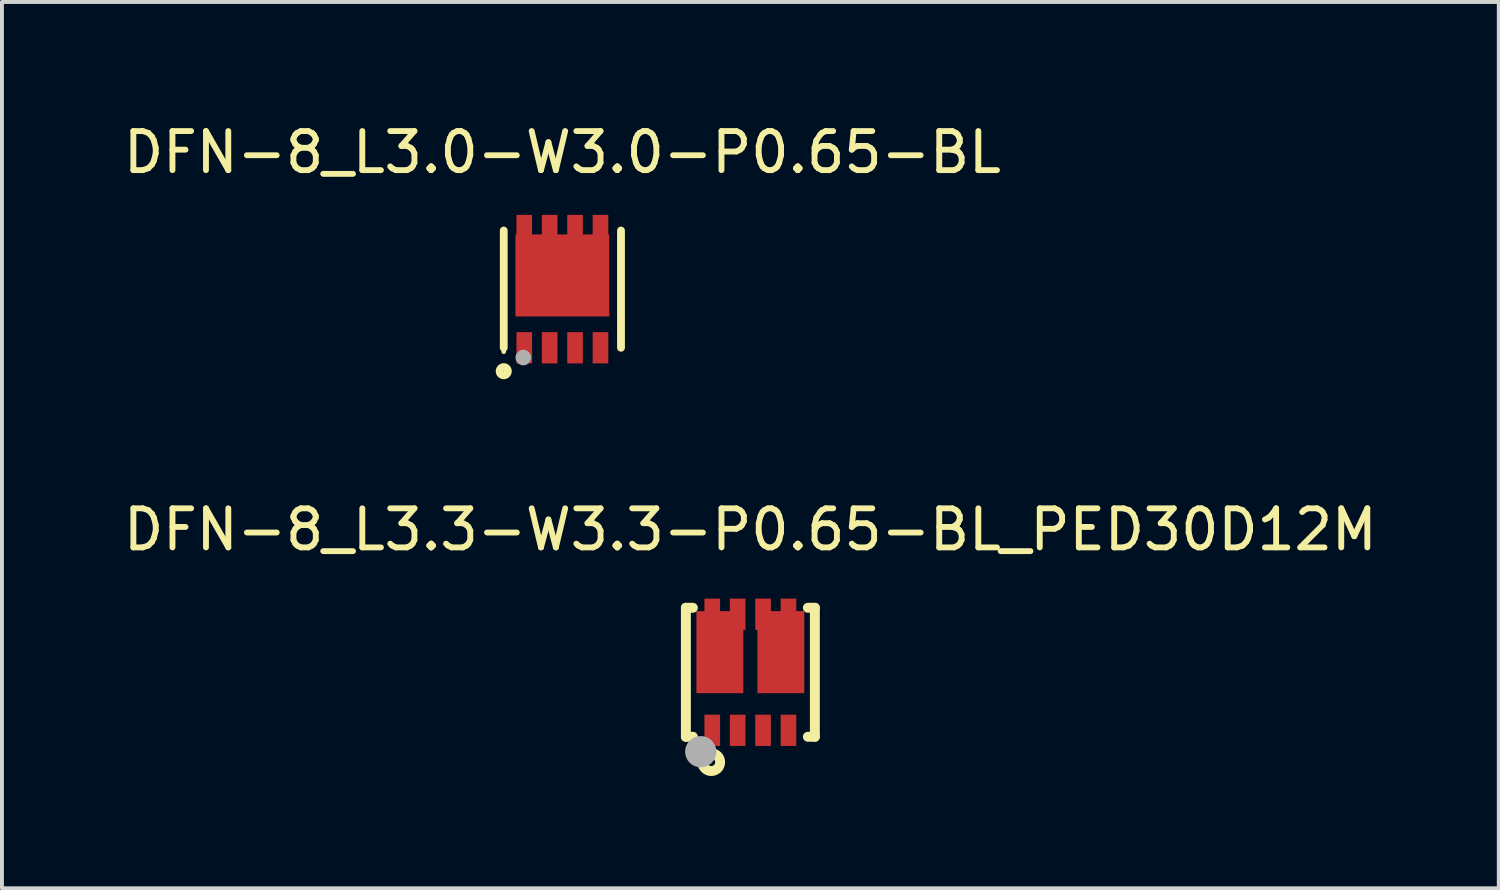
<source format=kicad_pcb>
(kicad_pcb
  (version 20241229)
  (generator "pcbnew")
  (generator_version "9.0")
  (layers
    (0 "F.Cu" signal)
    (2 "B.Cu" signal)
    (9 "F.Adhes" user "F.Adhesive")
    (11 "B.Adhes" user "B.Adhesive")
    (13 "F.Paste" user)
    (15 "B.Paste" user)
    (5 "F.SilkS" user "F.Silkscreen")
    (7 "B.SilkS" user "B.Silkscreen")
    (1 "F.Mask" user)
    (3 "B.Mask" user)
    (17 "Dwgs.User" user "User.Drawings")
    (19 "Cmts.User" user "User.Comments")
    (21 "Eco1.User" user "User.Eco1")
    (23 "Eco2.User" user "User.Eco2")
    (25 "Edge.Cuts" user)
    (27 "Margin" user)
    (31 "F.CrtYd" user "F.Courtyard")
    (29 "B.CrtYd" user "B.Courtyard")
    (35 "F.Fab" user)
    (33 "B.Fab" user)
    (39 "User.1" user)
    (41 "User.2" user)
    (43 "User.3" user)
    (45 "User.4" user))
  (footprint "DFN-8_L3.3-W3.3-P0.65-BL_PED30D12M"
    (layer "F.Cu")
    (at 16.149 14.151)
    (property "Reference" "DFN-8_L3.3-W3.3-P0.65-BL_PED30D12M" (at -0.000127 -3.65 0) (layer "F.SilkS") (effects (font (size 1 1) (thickness 0.15))))
    (attr through_hole)
    (fp_line (start -1.65 -1.65) (end -1.471 -1.65) (stroke (width 0.254) (type solid)) (layer "F.SilkS"))
    (fp_line (start -1.65 1.65) (end -1.65 -1.65) (stroke (width 0.254) (type solid)) (layer "F.SilkS"))
    (fp_line (start -1.65 1.65) (end -1.471 1.65) (stroke (width 0.254) (type solid)) (layer "F.SilkS"))
    (fp_line (start 1.471 1.65) (end 1.65 1.65) (stroke (width 0.254) (type solid)) (layer "F.SilkS"))
    (fp_line (start 1.471 -1.65) (end 1.65 -1.65) (stroke (width 0.254) (type solid)) (layer "F.SilkS"))
    (fp_line (start 1.65 1.65) (end 1.65 -1.65) (stroke (width 0.254) (type solid)) (layer "F.SilkS"))
    (fp_circle (center -1.65 1.675) (end -1.62 1.675) (stroke (width 0.06) (type solid)) (fill no) (layer "F.SilkS"))
    (fp_circle (center -1 2.3) (end -0.9 2.3) (stroke (width 0.254) (type solid)) (fill no) (layer "F.SilkS"))
    (fp_circle (center -1.27 2.032) (end -1.07 2.032) (stroke (width 0.4) (type solid)) (fill no) (layer "F.Fab"))
    (pad "1" smd rect (at -0.975 1.485) (size 0.4 0.8) (layers "F.Cu" "F.Mask" "F.Paste"))
    (pad "2" smd rect (at -0.325 1.485) (size 0.4 0.8) (layers "F.Cu" "F.Mask" "F.Paste"))
    (pad "3" smd rect (at 0.325 1.485) (size 0.4 0.8) (layers "F.Cu" "F.Mask" "F.Paste"))
    (pad "4" smd rect (at 0.975 1.485) (size 0.4 0.8) (layers "F.Cu" "F.Mask" "F.Paste"))
    (pad "5" smd rect (at 0.975 -1.485) (size 0.4 0.8) (layers "F.Cu" "F.Mask" "F.Paste"))
    (pad "6" smd rect (at 0.325 -1.485) (size 0.4 0.8) (layers "F.Cu" "F.Mask" "F.Paste"))
    (pad "6" smd rect (at 0.78 -0.515) (size 1.2 2.1) (layers "F.Cu" "F.Mask" "F.Paste"))
    (pad "7" smd rect (at -0.325 -1.485) (size 0.4 0.8) (layers "F.Cu" "F.Mask" "F.Paste"))
    (pad "8" smd rect (at -0.975 -1.485) (size 0.4 0.8) (layers "F.Cu" "F.Mask" "F.Paste"))
    (pad "8" smd rect (at -0.78 -0.515) (size 1.2 2.1) (layers "F.Cu" "F.Mask" "F.Paste")))
  (footprint "DFN-8_L3.0-W3.0-P0.65-BL"
    (layer "F.Cu")
    (at 11.339 4.348)
    (property "Reference" "DFN-8_L3.0-W3.0-P0.65-BL" (at 0 -3.5 0) (layer "F.SilkS") (effects (font (size 1 1) (thickness 0.15))))
    (attr through_hole)
    (fp_line (start -1.5 -1.5) (end -1.5 1.5) (stroke (width 0.2) (type solid)) (layer "F.SilkS"))
    (fp_line (start 1.5 -1.5) (end 1.5 1.5) (stroke (width 0.2) (type solid)) (layer "F.SilkS"))
    (fp_circle (center -1.5 1.6) (end -1.47 1.6) (stroke (width 0.06) (type solid)) (fill no) (layer "F.SilkS"))
    (fp_circle (center -1.5 2.1) (end -1.395 2.1) (stroke (width 0.2) (type solid)) (fill no) (layer "F.SilkS"))
    (fp_circle (center -1 1.75) (end -0.9 1.75) (stroke (width 0.2) (type solid)) (fill no) (layer "F.Fab"))
    (pad "1" smd rect (at -0.975 1.5 180) (size 0.4 0.8) (layers "F.Cu" "F.Mask" "F.Paste"))
    (pad "2" smd rect (at -0.325 1.5 180) (size 0.4 0.8) (layers "F.Cu" "F.Mask" "F.Paste"))
    (pad "3" smd rect (at 0.325 1.5 180) (size 0.4 0.8) (layers "F.Cu" "F.Mask" "F.Paste"))
    (pad "4" smd rect (at 0.975 1.5 180) (size 0.4 0.8) (layers "F.Cu" "F.Mask" "F.Paste"))
    (pad "5" smd rect (at 0.975 -1.5 180) (size 0.4 0.8) (layers "F.Cu" "F.Mask" "F.Paste"))
    (pad "6" smd rect (at 0.325 -1.5 180) (size 0.4 0.8) (layers "F.Cu" "F.Mask" "F.Paste"))
    (pad "7" smd rect (at -0.325 -1.5 180) (size 0.4 0.8) (layers "F.Cu" "F.Mask" "F.Paste"))
    (pad "8" smd rect (at -0.975 -1.5 180) (size 0.4 0.8) (layers "F.Cu" "F.Mask" "F.Paste"))
    (pad "9" smd rect (at 0 -0.35) (size 2.4 2.1) (layers "F.Cu" "F.Mask" "F.Paste")))
  (gr_rect
    (start -3 -3)
    (end 35.298 19.678)
    (stroke (width 0.1) (type default))
    (fill no)
    (layer "Edge.Cuts")))
</source>
